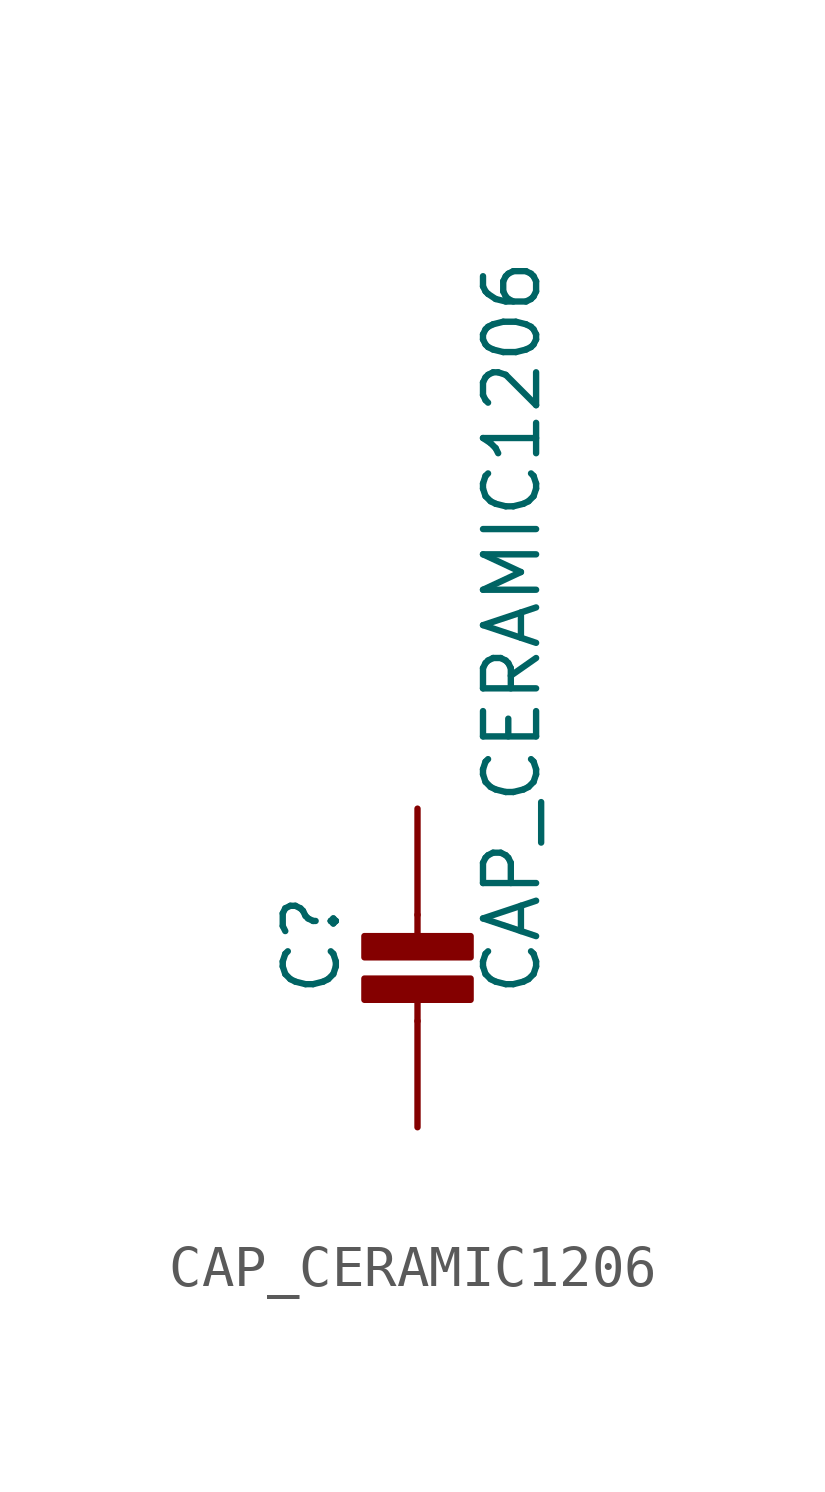
<source format=kicad_sym>
(kicad_symbol_lib
  (version 20211014)
  (generator kicad_symbol_editor)
  (symbol "CAP_CERAMIC1206"
    (property "Reference" "C"
      (at -1.79 0.54 90)
      (effects (font (size 1.27 1.27)) (justify left bottom)))
    (property "Value" "CAP_CERAMIC1206"
      (at 3 0.54 90)
      (effects (font (size 1.27 1.27)) (justify left bottom)))
    (property "ki_locked" ""
      (at 0 0 0)
      (effects (font (size 1.27 1.27))))
    (symbol "CAP_CERAMIC1206_1_0"
      (rectangle (start -1.27 0.508) (end 1.27 1.016) (stroke (width 0) (type default) (color 0 0 0 0)) (fill (type outline)))
      (rectangle (start -1.27 1.524) (end 1.27 2.032) (stroke (width 0) (type default) (color 0 0 0 0)) (fill (type outline)))
      (polyline (pts (xy 0 0.762) (xy 0 0)) (stroke (width 0.152) (type default) (color 0 0 0 0)) (fill (type none)))
      (polyline (pts (xy 0 2.54) (xy 0 1.778)) (stroke (width 0.152) (type default) (color 0 0 0 0)) (fill (type none)))
      (pin passive line (at 0 5.08 270) (length 2.54) (name "1" (effects (font (size 0 0)))) (number "1" (effects (font (size 0 0)))))
      (pin passive line (at 0 -2.54 90) (length 2.54) (name "2" (effects (font (size 0 0)))) (number "2" (effects (font (size 0 0))))))))
</source>
